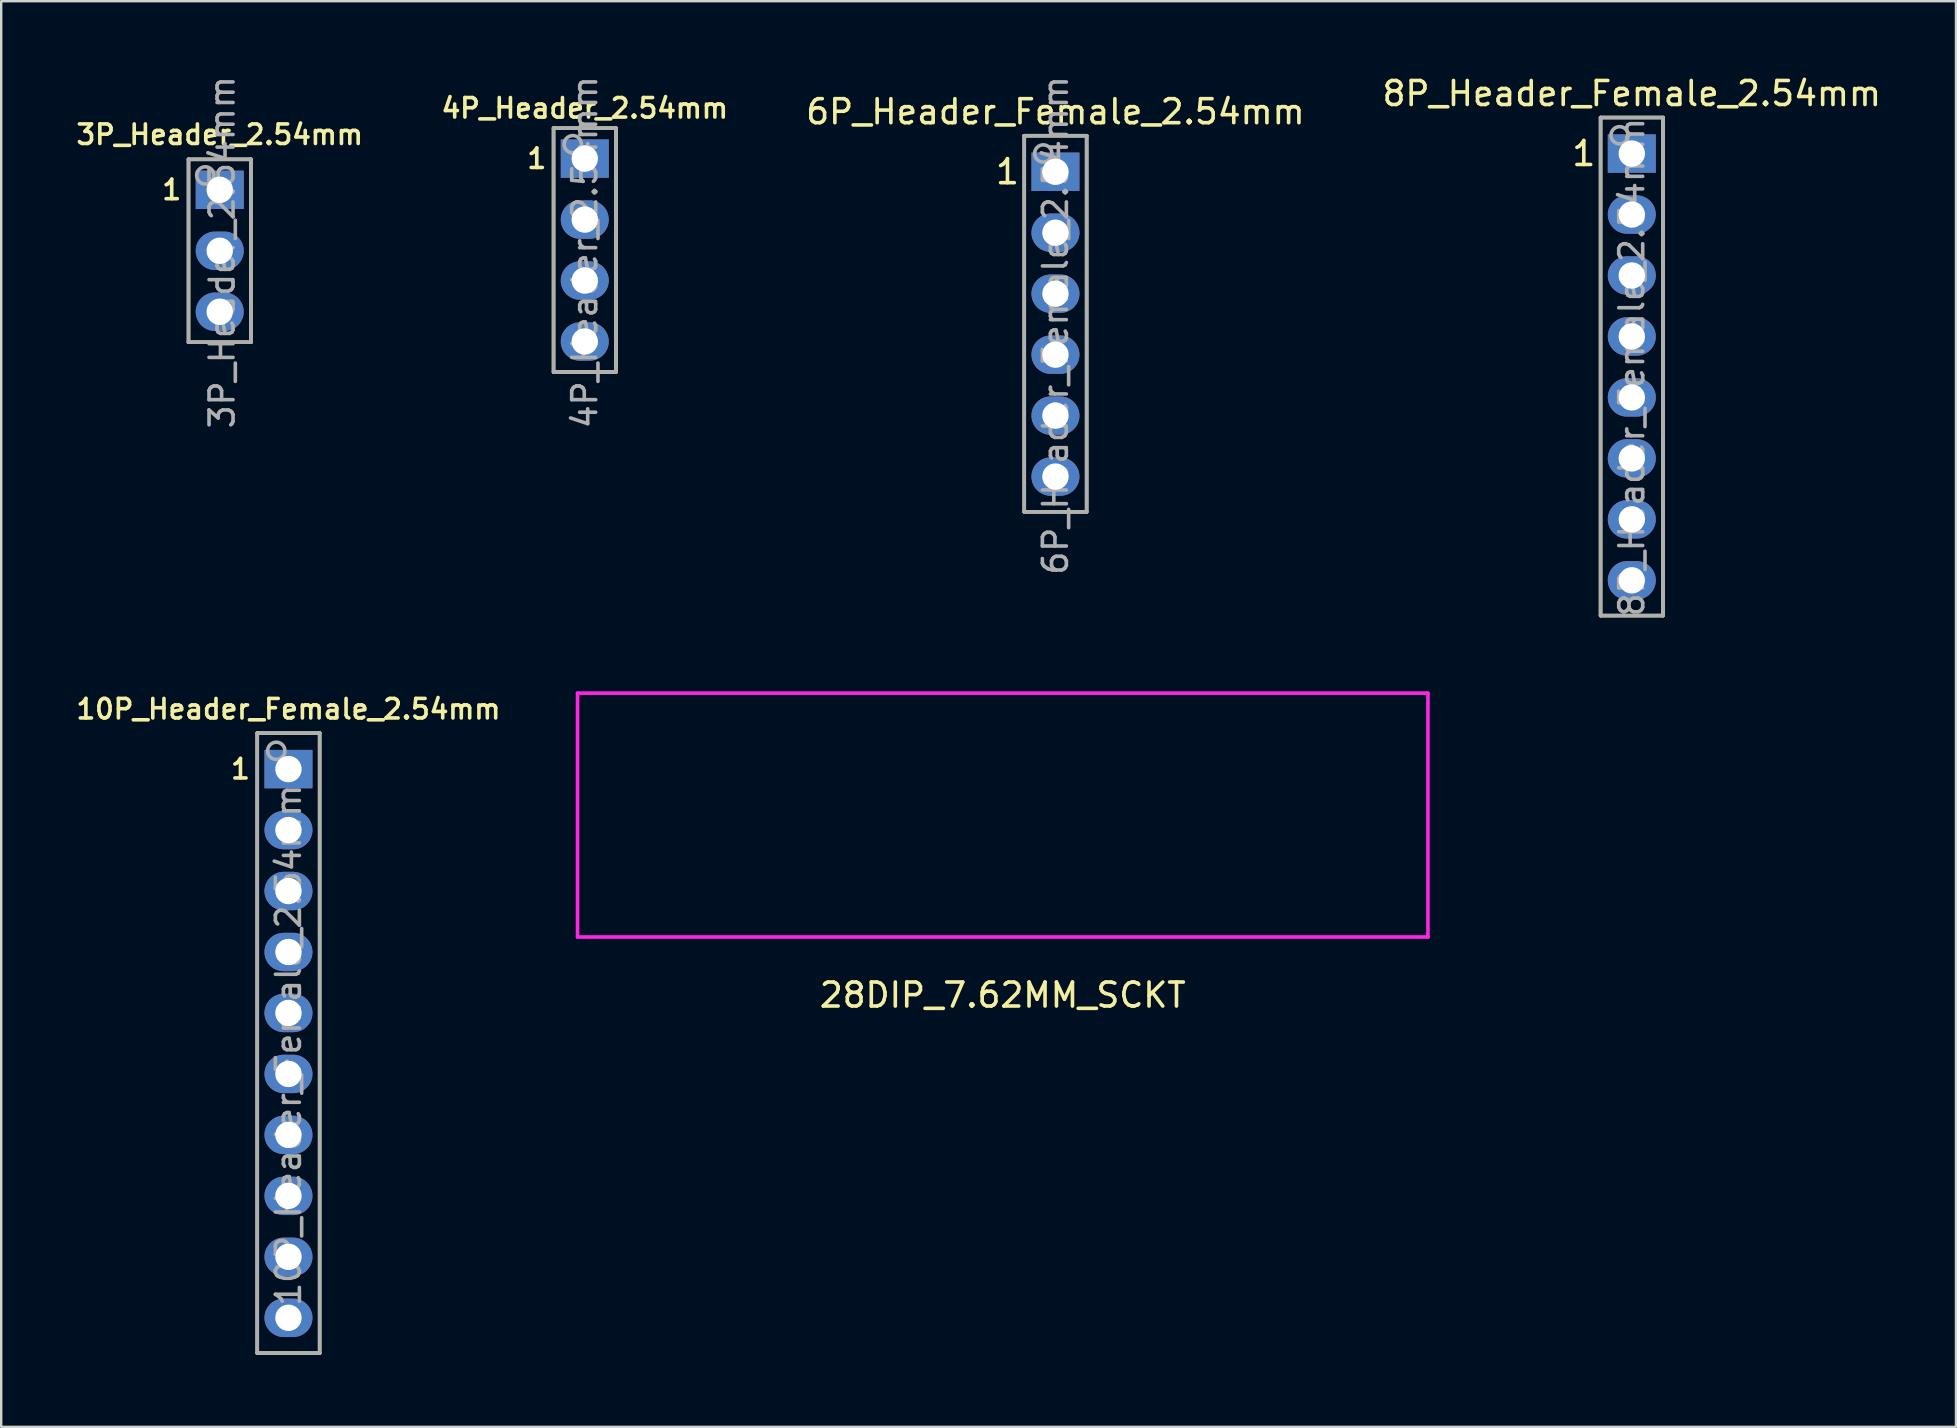
<source format=kicad_pcb>
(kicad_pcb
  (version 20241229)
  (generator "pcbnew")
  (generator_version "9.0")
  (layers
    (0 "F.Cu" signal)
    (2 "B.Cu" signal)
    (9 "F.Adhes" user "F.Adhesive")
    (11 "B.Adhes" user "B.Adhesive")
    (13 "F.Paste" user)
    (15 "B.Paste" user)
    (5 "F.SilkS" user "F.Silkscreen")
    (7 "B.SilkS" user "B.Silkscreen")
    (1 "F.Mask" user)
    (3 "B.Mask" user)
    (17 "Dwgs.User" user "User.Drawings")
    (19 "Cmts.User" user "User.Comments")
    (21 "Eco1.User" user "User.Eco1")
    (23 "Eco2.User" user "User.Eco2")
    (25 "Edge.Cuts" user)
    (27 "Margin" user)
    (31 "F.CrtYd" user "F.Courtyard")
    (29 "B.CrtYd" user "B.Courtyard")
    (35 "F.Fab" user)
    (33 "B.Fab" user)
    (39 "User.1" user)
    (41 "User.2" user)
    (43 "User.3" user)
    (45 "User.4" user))
  (footprint "3P_Header_2.54mm"
    (layer "F.Cu")
    (at 6.104 4.858)
    (property "Reference" "3P_Header_2.54mm" (at 0 -2.3 0) (layer "F.SilkS") (effects (font (size 0.813 0.813) (thickness 0.15))))
    (attr through_hole)
    (fp_line (start -1.3 -1.27) (end -1.3 6.35) (stroke (width 0.15) (type solid)) (layer "F.SilkS"))
    (fp_line (start 1.3 -1.27) (end -1.3 -1.27) (stroke (width 0.15) (type solid)) (layer "F.SilkS"))
    (fp_line (start 1.3 6.35) (end -1.3 6.35) (stroke (width 0.15) (type solid)) (layer "F.SilkS"))
    (fp_line (start 1.3 6.35) (end 1.3 -1.27) (stroke (width 0.15) (type solid)) (layer "F.SilkS"))
    (fp_line (start -1.3 -1.27) (end 1.3 -1.27) (stroke (width 0.15) (type solid)) (layer "F.Fab"))
    (fp_line (start -1.3 6.35) (end -1.3 -1.27) (stroke (width 0.15) (type solid)) (layer "F.Fab"))
    (fp_line (start 1.3 -1.27) (end 1.3 6.35) (stroke (width 0.15) (type solid)) (layer "F.Fab"))
    (fp_line (start 1.3 6.35) (end -1.3 6.35) (stroke (width 0.15) (type solid)) (layer "F.Fab"))
    (fp_circle (center -0.6 -0.6) (end -0.346 -0.346) (stroke (width 0.15) (type solid)) (fill no) (layer "F.Fab"))
    (fp_text user "1" (at -2 0 0) (layer "F.SilkS") (effects (font (size 0.813 0.813) (thickness 0.15))))
    (fp_text user "${REFERENCE}" (at 0.1 2.6 90) (layer "F.Fab") (effects (font (size 1 1) (thickness 0.15))))
    (pad "1" thru_hole rect (at 0 0) (size 2 1.6) (drill 1.1) (layers "*.Cu" "*.Mask"))
    (pad "2" thru_hole oval (at 0 2.54) (size 2 1.6) (drill 1.1) (layers "*.Cu" "*.Mask"))
    (pad "3" thru_hole oval (at 0 5.08) (size 2 1.6) (drill 1.1) (layers "*.Cu" "*.Mask")))
  (footprint "28DIP_7.62MM_SCKT"
    (layer "F.Cu")
    (at 22.217 34.719)
    (property "Reference" "28DIP_7.62MM_SCKT" (at 16.51 3.69 0) (layer "F.SilkS") (effects (font (size 1 1) (thickness 0.15))))
    (attr through_hole)
    (fp_line (start -1.205 -8.89) (end 34.225 -8.89) (stroke (width 0.15) (type solid)) (layer "F.CrtYd"))
    (fp_line (start -1.205 1.27) (end -1.205 -8.89) (stroke (width 0.15) (type solid)) (layer "F.CrtYd"))
    (fp_line (start 34.225 -8.89) (end 34.225 1.27) (stroke (width 0.15) (type solid)) (layer "F.CrtYd"))
    (fp_line (start 34.225 1.27) (end -1.205 1.27) (stroke (width 0.15) (type solid)) (layer "F.CrtYd")))
  (footprint "4P_Header_2.54mm"
    (layer "F.Cu")
    (at 21.313 3.558)
    (property "Reference" "4P_Header_2.54mm" (at 0 -2.1 0) (layer "F.SilkS") (effects (font (size 0.813 0.813) (thickness 0.15))))
    (attr through_hole)
    (fp_line (start -1.3 -1.27) (end -1.3 8.89) (stroke (width 0.15) (type solid)) (layer "F.SilkS"))
    (fp_line (start 1.3 -1.27) (end -1.3 -1.27) (stroke (width 0.15) (type solid)) (layer "F.SilkS"))
    (fp_line (start 1.3 8.89) (end -1.3 8.89) (stroke (width 0.15) (type solid)) (layer "F.SilkS"))
    (fp_line (start 1.3 8.89) (end 1.3 -1.27) (stroke (width 0.15) (type solid)) (layer "F.SilkS"))
    (fp_line (start -1.3 -1.27) (end 1.3 -1.27) (stroke (width 0.15) (type solid)) (layer "F.Fab"))
    (fp_line (start -1.3 8.89) (end -1.3 -1.27) (stroke (width 0.15) (type solid)) (layer "F.Fab"))
    (fp_line (start 1.3 -1.27) (end 1.3 8.89) (stroke (width 0.15) (type solid)) (layer "F.Fab"))
    (fp_line (start 1.3 8.89) (end -1.3 8.89) (stroke (width 0.15) (type solid)) (layer "F.Fab"))
    (fp_circle (center -0.5 -0.6) (end -0.246 -0.346) (stroke (width 0.15) (type solid)) (fill no) (layer "F.Fab"))
    (fp_text user "1" (at -2 0 0) (layer "F.SilkS") (effects (font (size 0.813 0.813) (thickness 0.15))))
    (fp_text user "${REFERENCE}" (at 0 3.9 90) (layer "F.Fab") (effects (font (size 1 1) (thickness 0.15))))
    (pad "1" thru_hole rect (at 0 0) (size 2 1.6) (drill 1.1) (layers "*.Cu" "*.Mask"))
    (pad "2" thru_hole oval (at 0 2.54) (size 2 1.6) (drill 1.1) (layers "*.Cu" "*.Mask"))
    (pad "3" thru_hole oval (at 0 5.08) (size 2 1.6) (drill 1.1) (layers "*.Cu" "*.Mask"))
    (pad "4" thru_hole oval (at 0 7.62) (size 2 1.6) (drill 1.1) (layers "*.Cu" "*.Mask")))
  (footprint "8P_Header_Female_2.54mm"
    (layer "F.Cu")
    (at 64.935 3.348)
    (property "Reference" "8P_Header_Female_2.54mm" (at 0 -2.5 0) (layer "F.SilkS") (effects (font (size 1 1) (thickness 0.15))))
    (attr through_hole)
    (fp_line (start -1.3 -1.5) (end -1.3 19.25) (stroke (width 0.15) (type solid)) (layer "F.SilkS"))
    (fp_line (start -1.3 19.25) (end 1.3 19.25) (stroke (width 0.15) (type solid)) (layer "F.SilkS"))
    (fp_line (start 1.3 -1.5) (end -1.3 -1.5) (stroke (width 0.15) (type solid)) (layer "F.SilkS"))
    (fp_line (start 1.3 19.25) (end 1.3 -1.5) (stroke (width 0.15) (type solid)) (layer "F.SilkS"))
    (fp_line (start -1.3 -1.5) (end 1.3 -1.5) (stroke (width 0.15) (type solid)) (layer "F.Fab"))
    (fp_line (start -1.3 19.25) (end -1.3 -1.5) (stroke (width 0.15) (type solid)) (layer "F.Fab"))
    (fp_line (start 1.3 -1.5) (end 1.3 19.25) (stroke (width 0.15) (type solid)) (layer "F.Fab"))
    (fp_line (start 1.3 19.25) (end -1.3 19.25) (stroke (width 0.15) (type solid)) (layer "F.Fab"))
    (fp_circle (center -0.508 -0.762) (end -0.254 -0.508) (stroke (width 0.15) (type solid)) (fill no) (layer "F.Fab"))
    (fp_text user "1" (at -2 0 0) (layer "F.SilkS") (effects (font (size 1 1) (thickness 0.15))))
    (fp_text user "${REFERENCE}" (at 0 8.9 90) (layer "F.Fab") (effects (font (size 1 1) (thickness 0.15))))
    (pad "1" thru_hole rect (at 0 0) (size 2 1.6) (drill 1.1) (layers "*.Cu" "*.Mask"))
    (pad "2" thru_hole oval (at 0 2.54) (size 2 1.6) (drill 1.1) (layers "*.Cu" "*.Mask"))
    (pad "3" thru_hole oval (at 0 5.08) (size 2 1.6) (drill 1.1) (layers "*.Cu" "*.Mask"))
    (pad "4" thru_hole oval (at 0 7.62) (size 2 1.6) (drill 1.1) (layers "*.Cu" "*.Mask"))
    (pad "5" thru_hole oval (at 0 10.16) (size 2 1.6) (drill 1.1) (layers "*.Cu" "*.Mask"))
    (pad "6" thru_hole oval (at 0 12.7) (size 2 1.6) (drill 1.1) (layers "*.Cu" "*.Mask"))
    (pad "7" thru_hole oval (at 0 15.24) (size 2 1.6) (drill 1.1) (layers "*.Cu" "*.Mask"))
    (pad "8" thru_hole oval (at 0 17.78) (size 2 1.6) (drill 1.1) (layers "*.Cu" "*.Mask")))
  (footprint "6P_Header_Female_2.54mm"
    (layer "F.Cu")
    (at 40.923 4.106)
    (property "Reference" "6P_Header_Female_2.54mm" (at 0 -2.5 0) (layer "F.SilkS") (effects (font (size 1 1) (thickness 0.15))))
    (attr through_hole)
    (fp_line (start -1.3 -1.5) (end -1.3 14.17) (stroke (width 0.15) (type solid)) (layer "F.SilkS"))
    (fp_line (start 1.3 -1.5) (end -1.3 -1.5) (stroke (width 0.15) (type solid)) (layer "F.SilkS"))
    (fp_line (start 1.3 14.17) (end -1.3 14.17) (stroke (width 0.15) (type solid)) (layer "F.SilkS"))
    (fp_line (start 1.3 14.17) (end 1.3 -1.5) (stroke (width 0.15) (type solid)) (layer "F.SilkS"))
    (fp_line (start -1.3 -1.5) (end 1.3 -1.5) (stroke (width 0.15) (type solid)) (layer "F.Fab"))
    (fp_line (start -1.3 14.17) (end -1.3 -1.5) (stroke (width 0.15) (type solid)) (layer "F.Fab"))
    (fp_line (start 1.3 -1.5) (end 1.3 14.17) (stroke (width 0.15) (type solid)) (layer "F.Fab"))
    (fp_line (start 1.3 14.17) (end -1.3 14.17) (stroke (width 0.15) (type solid)) (layer "F.Fab"))
    (fp_circle (center -0.508 -0.762) (end -0.254 -0.508) (stroke (width 0.15) (type solid)) (fill no) (layer "F.Fab"))
    (fp_text user "1" (at -2 0 0) (layer "F.SilkS") (effects (font (size 1 1) (thickness 0.15))))
    (fp_text user "${REFERENCE}" (at 0 6.4 90) (layer "F.Fab") (effects (font (size 1 1) (thickness 0.15))))
    (pad "1" thru_hole rect (at 0 0) (size 2 1.6) (drill 1.1) (layers "*.Cu" "*.Mask"))
    (pad "2" thru_hole oval (at 0 2.54) (size 2 1.6) (drill 1.1) (layers "*.Cu" "*.Mask"))
    (pad "3" thru_hole oval (at 0 5.08) (size 2 1.6) (drill 1.1) (layers "*.Cu" "*.Mask"))
    (pad "4" thru_hole oval (at 0 7.62) (size 2 1.6) (drill 1.1) (layers "*.Cu" "*.Mask"))
    (pad "5" thru_hole oval (at 0 10.16) (size 2 1.6) (drill 1.1) (layers "*.Cu" "*.Mask"))
    (pad "6" thru_hole oval (at 0 12.7) (size 2 1.6) (drill 1.1) (layers "*.Cu" "*.Mask")))
  (footprint "10P_Header_Female_2.54mm"
    (layer "F.Cu")
    (at 8.968 28.993)
    (property "Reference" "10P_Header_Female_2.54mm" (at 0 -2.5 0) (layer "F.SilkS") (effects (font (size 0.813 0.813) (thickness 0.15))))
    (attr through_hole)
    (fp_line (start -1.3 -1.5) (end -1.3 24.33) (stroke (width 0.15) (type solid)) (layer "F.SilkS"))
    (fp_line (start -1.3 24.33) (end 1.3 24.33) (stroke (width 0.15) (type solid)) (layer "F.SilkS"))
    (fp_line (start 1.3 -1.5) (end -1.3 -1.5) (stroke (width 0.15) (type solid)) (layer "F.SilkS"))
    (fp_line (start 1.3 24.33) (end 1.3 -1.5) (stroke (width 0.15) (type solid)) (layer "F.SilkS"))
    (fp_line (start -1.3 -1.5) (end 1.3 -1.5) (stroke (width 0.15) (type solid)) (layer "F.Fab"))
    (fp_line (start -1.3 24.33) (end -1.3 -1.5) (stroke (width 0.15) (type solid)) (layer "F.Fab"))
    (fp_line (start 1.3 -1.5) (end 1.3 24.33) (stroke (width 0.15) (type solid)) (layer "F.Fab"))
    (fp_line (start 1.3 24.33) (end -1.3 24.33) (stroke (width 0.15) (type solid)) (layer "F.Fab"))
    (fp_circle (center -0.508 -0.762) (end -0.254 -0.508) (stroke (width 0.15) (type solid)) (fill no) (layer "F.Fab"))
    (fp_text user "1" (at -2 0 0) (layer "F.SilkS") (effects (font (size 0.813 0.813) (thickness 0.15))))
    (fp_text user "${REFERENCE}" (at 0 11.5 90) (layer "F.Fab") (effects (font (size 1 1) (thickness 0.15))))
    (pad "1" thru_hole rect (at 0 0) (size 2 1.6) (drill 1.1) (layers "*.Cu" "*.Mask"))
    (pad "2" thru_hole oval (at 0 2.54) (size 2 1.6) (drill 1.1) (layers "*.Cu" "*.Mask"))
    (pad "3" thru_hole oval (at 0 5.08) (size 2 1.6) (drill 1.1) (layers "*.Cu" "*.Mask"))
    (pad "4" thru_hole oval (at 0 7.62) (size 2 1.6) (drill 1.1) (layers "*.Cu" "*.Mask"))
    (pad "5" thru_hole oval (at 0 10.16) (size 2 1.6) (drill 1.1) (layers "*.Cu" "*.Mask"))
    (pad "6" thru_hole oval (at 0 12.7) (size 2 1.6) (drill 1.1) (layers "*.Cu" "*.Mask"))
    (pad "7" thru_hole oval (at 0 15.24) (size 2 1.6) (drill 1.1) (layers "*.Cu" "*.Mask"))
    (pad "8" thru_hole oval (at 0 17.78) (size 2 1.6) (drill 1.1) (layers "*.Cu" "*.Mask"))
    (pad "9" thru_hole oval (at 0 20.32) (size 2 1.6) (drill 1.1) (layers "*.Cu" "*.Mask"))
    (pad "10" thru_hole oval (at 0 22.86) (size 2 1.6) (drill 1.1) (layers "*.Cu" "*.Mask")))
  (gr_rect
    (start -3 -3)
    (end 78.441 56.398)
    (stroke (width 0.1) (type default))
    (fill no)
    (layer "Edge.Cuts")))
</source>
